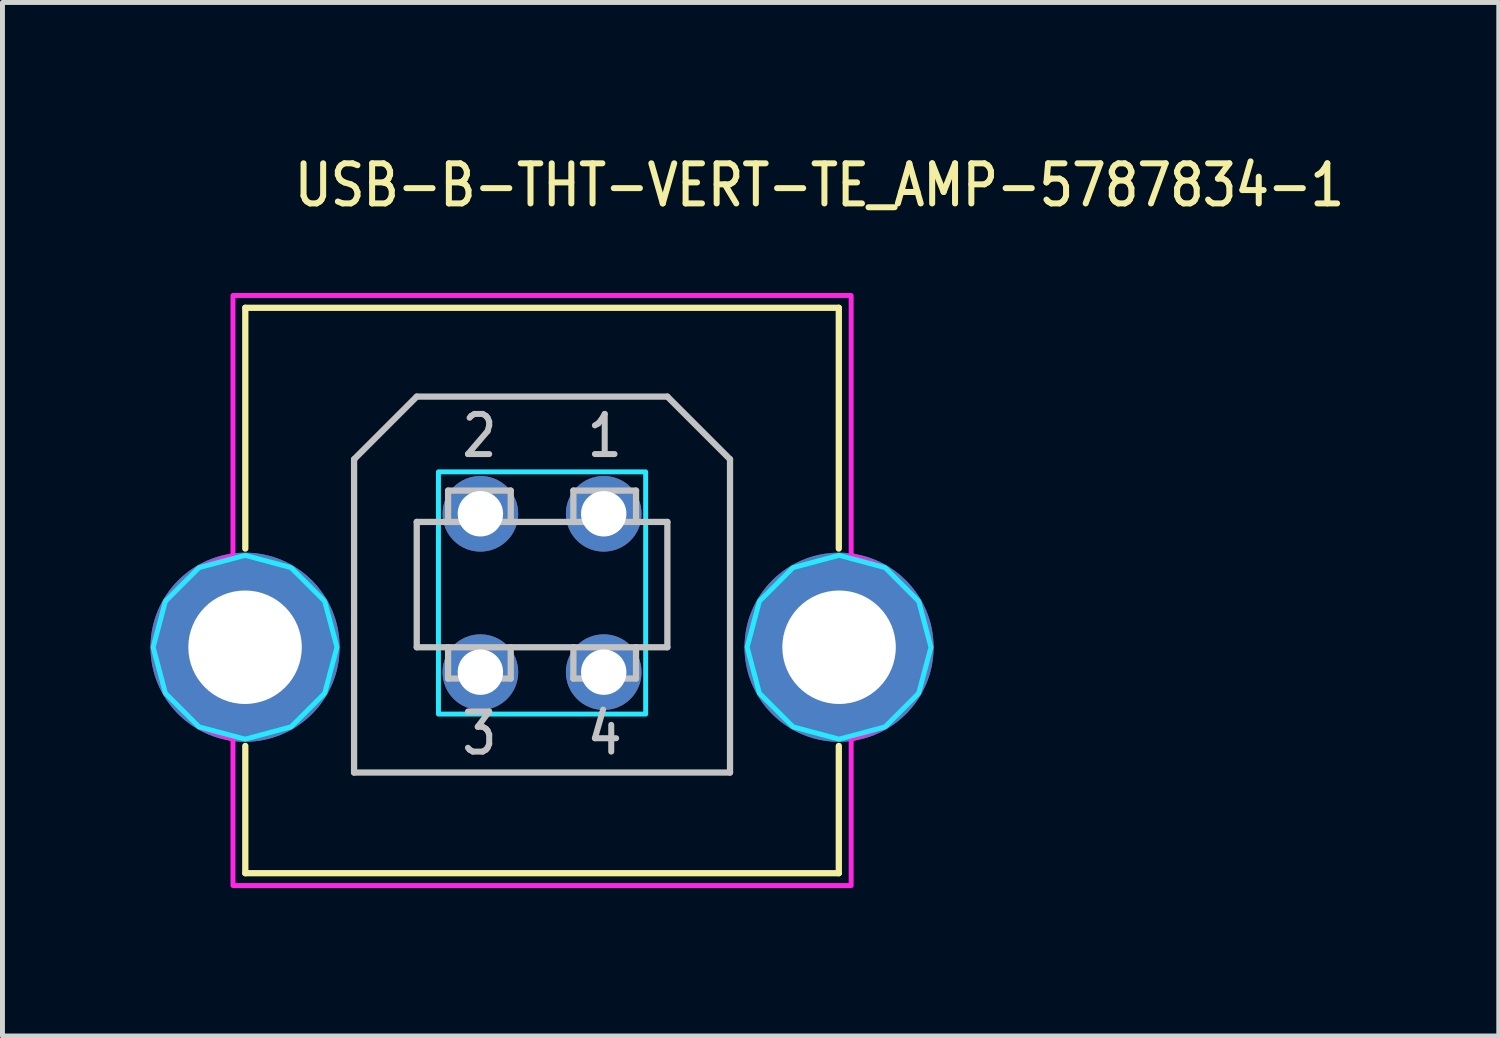
<source format=kicad_pcb>
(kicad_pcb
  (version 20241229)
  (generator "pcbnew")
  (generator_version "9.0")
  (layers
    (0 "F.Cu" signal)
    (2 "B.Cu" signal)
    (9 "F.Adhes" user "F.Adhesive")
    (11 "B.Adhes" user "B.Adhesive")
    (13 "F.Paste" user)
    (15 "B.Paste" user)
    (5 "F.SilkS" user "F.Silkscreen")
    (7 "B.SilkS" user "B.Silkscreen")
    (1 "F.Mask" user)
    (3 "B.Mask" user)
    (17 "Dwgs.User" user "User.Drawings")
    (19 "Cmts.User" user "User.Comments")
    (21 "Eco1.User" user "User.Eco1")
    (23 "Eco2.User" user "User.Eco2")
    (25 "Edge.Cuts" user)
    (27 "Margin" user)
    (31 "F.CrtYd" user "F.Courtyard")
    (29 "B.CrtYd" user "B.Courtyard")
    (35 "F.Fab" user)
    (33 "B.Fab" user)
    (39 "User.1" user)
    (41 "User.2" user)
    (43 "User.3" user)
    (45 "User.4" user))
  (footprint "USB-B-THT-VERT-TE_AMP-5787834-1"
    (layer "F.Cu")
    (at 7.937 10.069)
    (property "Reference" "USB-B-THT-VERT-TE_AMP-5787834-1" (at -5.08 -8.89 0) (unlocked yes) (layer "F.SilkS") (effects (font (size 0.813 0.695) (thickness 0.122)) (justify left bottom)))
    (fp_line (start -6.015 -6.88) (end 6.015 -6.88) (stroke (width 0.127) (type solid)) (layer "F.SilkS"))
    (fp_line (start -6.015 -2) (end -6.015 -6.88) (stroke (width 0.127) (type solid)) (layer "F.SilkS"))
    (fp_line (start -6.015 2) (end -6.015 4.58) (stroke (width 0.127) (type solid)) (layer "F.SilkS"))
    (fp_line (start -6.015 4.58) (end 6.015 4.58) (stroke (width 0.127) (type solid)) (layer "F.SilkS"))
    (fp_line (start 6.015 -6.88) (end 6.015 -2) (stroke (width 0.127) (type solid)) (layer "F.SilkS"))
    (fp_line (start 6.015 4.58) (end 6.015 2) (stroke (width 0.127) (type solid)) (layer "F.SilkS"))
    (fp_line (start -3.81 -3.81) (end -3.81 2.54) (stroke (width 0.127) (type solid)) (layer "Dwgs.User"))
    (fp_line (start -3.81 2.54) (end 3.81 2.54) (stroke (width 0.127) (type solid)) (layer "Dwgs.User"))
    (fp_line (start -2.54 -5.08) (end -3.81 -3.81) (stroke (width 0.127) (type solid)) (layer "Dwgs.User"))
    (fp_line (start -2.54 -2.54) (end -1.905 -2.54) (stroke (width 0.127) (type solid)) (layer "Dwgs.User"))
    (fp_line (start -2.54 0) (end -2.54 -2.54) (stroke (width 0.127) (type solid)) (layer "Dwgs.User"))
    (fp_line (start -1.905 -3.175) (end -1.905 -2.54) (stroke (width 0.127) (type solid)) (layer "Dwgs.User"))
    (fp_line (start -1.905 -2.54) (end -0.635 -2.54) (stroke (width 0.127) (type solid)) (layer "Dwgs.User"))
    (fp_line (start -1.905 0) (end -2.54 0) (stroke (width 0.127) (type solid)) (layer "Dwgs.User"))
    (fp_line (start -1.905 0.635) (end -1.905 0) (stroke (width 0.127) (type solid)) (layer "Dwgs.User"))
    (fp_line (start -0.635 -3.175) (end -1.905 -3.175) (stroke (width 0.127) (type solid)) (layer "Dwgs.User"))
    (fp_line (start -0.635 -2.54) (end -0.635 -3.175) (stroke (width 0.127) (type solid)) (layer "Dwgs.User"))
    (fp_line (start -0.635 -2.54) (end 0.635 -2.54) (stroke (width 0.127) (type solid)) (layer "Dwgs.User"))
    (fp_line (start -0.635 0) (end -1.905 0) (stroke (width 0.127) (type solid)) (layer "Dwgs.User"))
    (fp_line (start -0.635 0) (end -0.635 0.635) (stroke (width 0.127) (type solid)) (layer "Dwgs.User"))
    (fp_line (start -0.635 0.635) (end -1.905 0.635) (stroke (width 0.127) (type solid)) (layer "Dwgs.User"))
    (fp_line (start 0.635 -3.175) (end 0.635 -2.54) (stroke (width 0.127) (type solid)) (layer "Dwgs.User"))
    (fp_line (start 0.635 -2.54) (end 1.905 -2.54) (stroke (width 0.127) (type solid)) (layer "Dwgs.User"))
    (fp_line (start 0.635 0) (end -0.635 0) (stroke (width 0.127) (type solid)) (layer "Dwgs.User"))
    (fp_line (start 0.635 0.635) (end 0.635 0) (stroke (width 0.127) (type solid)) (layer "Dwgs.User"))
    (fp_line (start 1.905 -3.175) (end 0.635 -3.175) (stroke (width 0.127) (type solid)) (layer "Dwgs.User"))
    (fp_line (start 1.905 -2.54) (end 1.905 -3.175) (stroke (width 0.127) (type solid)) (layer "Dwgs.User"))
    (fp_line (start 1.905 -2.54) (end 2.54 -2.54) (stroke (width 0.127) (type solid)) (layer "Dwgs.User"))
    (fp_line (start 1.905 0) (end 0.635 0) (stroke (width 0.127) (type solid)) (layer "Dwgs.User"))
    (fp_line (start 1.905 0) (end 1.905 0.635) (stroke (width 0.127) (type solid)) (layer "Dwgs.User"))
    (fp_line (start 1.905 0.635) (end 0.635 0.635) (stroke (width 0.127) (type solid)) (layer "Dwgs.User"))
    (fp_line (start 2.54 -5.08) (end -2.54 -5.08) (stroke (width 0.127) (type solid)) (layer "Dwgs.User"))
    (fp_line (start 2.54 -2.54) (end 2.54 0) (stroke (width 0.127) (type solid)) (layer "Dwgs.User"))
    (fp_line (start 2.54 0) (end 1.905 0) (stroke (width 0.127) (type solid)) (layer "Dwgs.User"))
    (fp_line (start 3.81 -3.81) (end 2.54 -5.08) (stroke (width 0.127) (type solid)) (layer "Dwgs.User"))
    (fp_line (start 3.81 2.54) (end 3.81 -3.81) (stroke (width 0.127) (type solid)) (layer "Dwgs.User"))
    (fp_poly (pts (xy -2.1 -3.555) (xy 2.1 -3.555) (xy 2.1 1.355) (xy -2.1 1.355)) (stroke (width 0.1) (type solid)) (fill no) (layer "B.CrtYd"))
    (fp_poly (pts (xy -4.157 0) (xy -4.406 -0.932) (xy -5.088 -1.614) (xy -6.02 -1.863) (xy -6.952 -1.614) (xy -7.634 -0.932) (xy -7.883 0) (xy -7.634 0.932) (xy -6.952 1.614) (xy -6.02 1.863) (xy -5.088 1.614) (xy -4.406 0.932)) (stroke (width 0.1) (type solid)) (fill no) (layer "B.CrtYd"))
    (fp_poly (pts (xy 7.883 0) (xy 7.634 -0.932) (xy 6.952 -1.614) (xy 6.02 -1.863) (xy 5.088 -1.614) (xy 4.406 -0.932) (xy 4.157 0) (xy 4.406 0.932) (xy 5.088 1.614) (xy 6.02 1.863) (xy 6.952 1.614) (xy 7.634 0.932)) (stroke (width 0.1) (type solid)) (fill no) (layer "B.CrtYd"))
    (fp_poly (pts (xy -6.265 -1.863) (xy -6.265 -7.13) (xy 6.265 -7.13) (xy 6.265 -1.863) (xy 6.952 -1.614) (xy 7.634 -0.932) (xy 7.883 0) (xy 7.634 0.932) (xy 6.952 1.614) (xy 6.265 1.863) (xy 6.265 4.83) (xy -6.265 4.83) (xy -6.265 1.863) (xy -6.952 1.614) (xy -7.634 0.932) (xy -7.883 0) (xy -7.634 -0.932) (xy -6.952 -1.614)) (stroke (width 0.1) (type solid)) (fill no) (layer "F.CrtYd"))
    (fp_text user "4" (at 1.27 1.27 0) (unlocked yes) (layer "Dwgs.User") (effects (font (size 0.813 0.695) (thickness 0.122)) (justify top)))
    (fp_text user "2" (at -1.27 -3.81 0) (unlocked yes) (layer "Dwgs.User") (effects (font (size 0.813 0.695) (thickness 0.122)) (justify bottom)))
    (fp_text user "1" (at 1.27 -3.81 0) (unlocked yes) (layer "Dwgs.User") (effects (font (size 0.813 0.695) (thickness 0.122)) (justify bottom)))
    (fp_text user "3" (at -1.27 1.27 0) (unlocked yes) (layer "Dwgs.User") (effects (font (size 0.813 0.695) (thickness 0.122)) (justify top)))
    (pad "1" thru_hole oval (at 1.25 -2.705) (size 1.533 1.533) (drill 0.92) (layers "*.Cu" "*.Mask"))
    (pad "2" thru_hole oval (at -1.25 -2.705) (size 1.533 1.533) (drill 0.92) (layers "*.Cu" "*.Mask"))
    (pad "3" thru_hole oval (at -1.25 0.505) (size 1.533 1.533) (drill 0.92) (layers "*.Cu" "*.Mask"))
    (pad "4" thru_hole oval (at 1.25 0.505) (size 1.533 1.533) (drill 0.92) (layers "*.Cu" "*.Mask"))
    (pad "SHELL1" thru_hole oval (at -6.02 0) (size 3.833 3.833) (drill 2.3) (layers "*.Cu" "*.Mask"))
    (pad "SHELL2" thru_hole oval (at 6.02 0) (size 3.833 3.833) (drill 2.3) (layers "*.Cu" "*.Mask")))
  (gr_rect
    (start -3 -3)
    (end 27.329 17.949)
    (stroke (width 0.1) (type default))
    (fill no)
    (layer "Edge.Cuts")))
</source>
